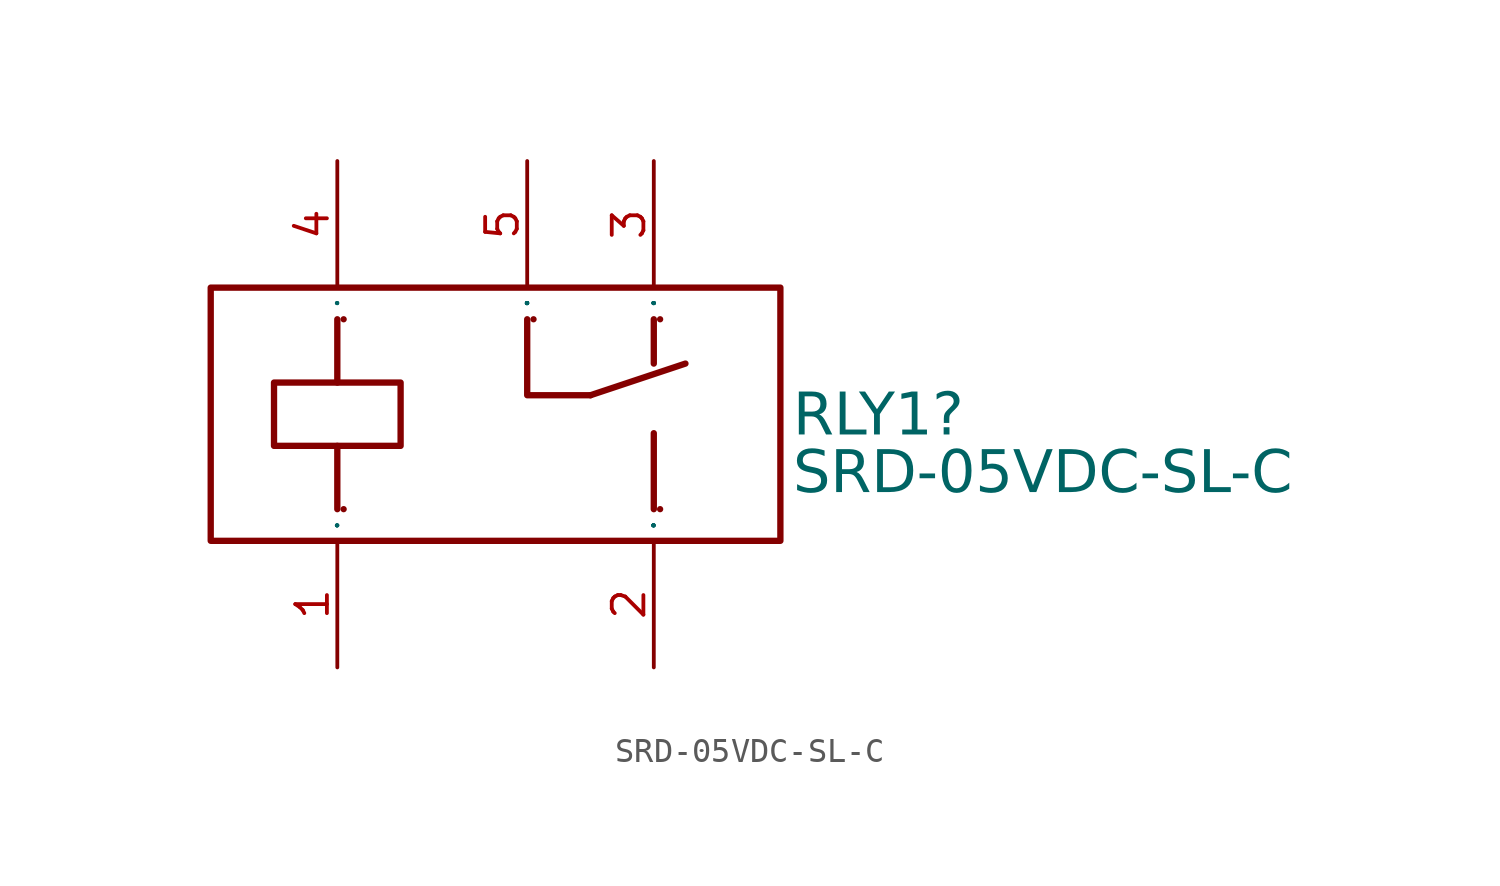
<source format=kicad_sym>
(kicad_symbol_lib
  (version 20231120)
  (generator "kicad_symbol_editor")
  (generator_version "8.0")
  (symbol "SRD-05VDC-SL-C"
    (property "Reference" "RLY1"
      (at 11.938 0.876 0)
      (effects (font (face "Arial") (size 1.689 1.689)) (justify left top)))
    (property "Value" "SRD-05VDC-SL-C"
      (at 11.938 -1.435 0)
      (effects (font (face "Arial") (size 1.689 1.689)) (justify left top)))
    (symbol "SRD-05VDC-SL-C_0_0"
      (rectangle (start -11.43 5.08) (end 11.43 -5.08) (stroke (width 0.254) (type solid)) (fill (type none)))
      (arc (start -6.096 -3.81) (mid -6.096 -3.81) (end -6.096 -3.81) (stroke (width 0.254) (type solid)) (fill (type none)))
      (arc (start -6.096 3.81) (mid -6.096 3.81) (end -6.096 3.81) (stroke (width 0.254) (type solid)) (fill (type none)))
      (polyline (pts (xy -6.35 -3.81) (xy -6.35 -1.27)) (stroke (width 0.254) (type solid)) (fill (type none)))
      (polyline (pts (xy -6.35 1.27) (xy -6.35 3.81)) (stroke (width 0.254) (type solid)) (fill (type none)))
      (polyline (pts (xy 3.81 0.762) (xy 7.62 2.032)) (stroke (width 0.254) (type solid)) (fill (type none)))
      (polyline (pts (xy 6.35 -3.81) (xy 6.35 -0.762)) (stroke (width 0.254) (type solid)) (fill (type none)))
      (polyline (pts (xy 6.35 3.81) (xy 6.35 2.032)) (stroke (width 0.254) (type solid)) (fill (type none)))
      (polyline (pts (xy 1.27 3.81) (xy 1.27 0.762) (xy 3.81 0.762)) (stroke (width 0.254) (type solid)) (fill (type none)))
      (polyline (pts (xy -8.89 1.27) (xy -8.89 -1.27) (xy -3.81 -1.27) (xy -3.81 1.27) (xy -8.89 1.27)) (stroke (width 0.254) (type solid)) (fill (type none)))
      (arc (start 1.524 3.81) (mid 1.524 3.81) (end 1.524 3.81) (stroke (width 0.254) (type solid)) (fill (type none)))
      (arc (start 6.604 -3.81) (mid 6.604 -3.81) (end 6.604 -3.81) (stroke (width 0.254) (type solid)) (fill (type none)))
      (arc (start 6.604 3.81) (mid 6.604 3.81) (end 6.604 3.81) (stroke (width 0.254) (type solid)) (fill (type none)))
      (pin input line (at -6.35 -10.16 90) (length 5.08) (name "1" (effects (font (size 0.025 0.025)))) (number "1" (effects (font (size 1.27 1.27)))))
      (pin input line (at 6.35 -10.16 90) (length 5.08) (name "2" (effects (font (size 0.025 0.025)))) (number "2" (effects (font (size 1.27 1.27)))))
      (pin input line (at 6.35 10.16 270) (length 5.08) (name "3" (effects (font (size 0.025 0.025)))) (number "3" (effects (font (size 1.27 1.27)))))
      (pin input line (at -6.35 10.16 270) (length 5.08) (name "4" (effects (font (size 0.025 0.025)))) (number "4" (effects (font (size 1.27 1.27)))))
      (pin input line (at 1.27 10.16 270) (length 5.08) (name "5" (effects (font (size 0.025 0.025)))) (number "5" (effects (font (size 1.27 1.27))))))))
</source>
